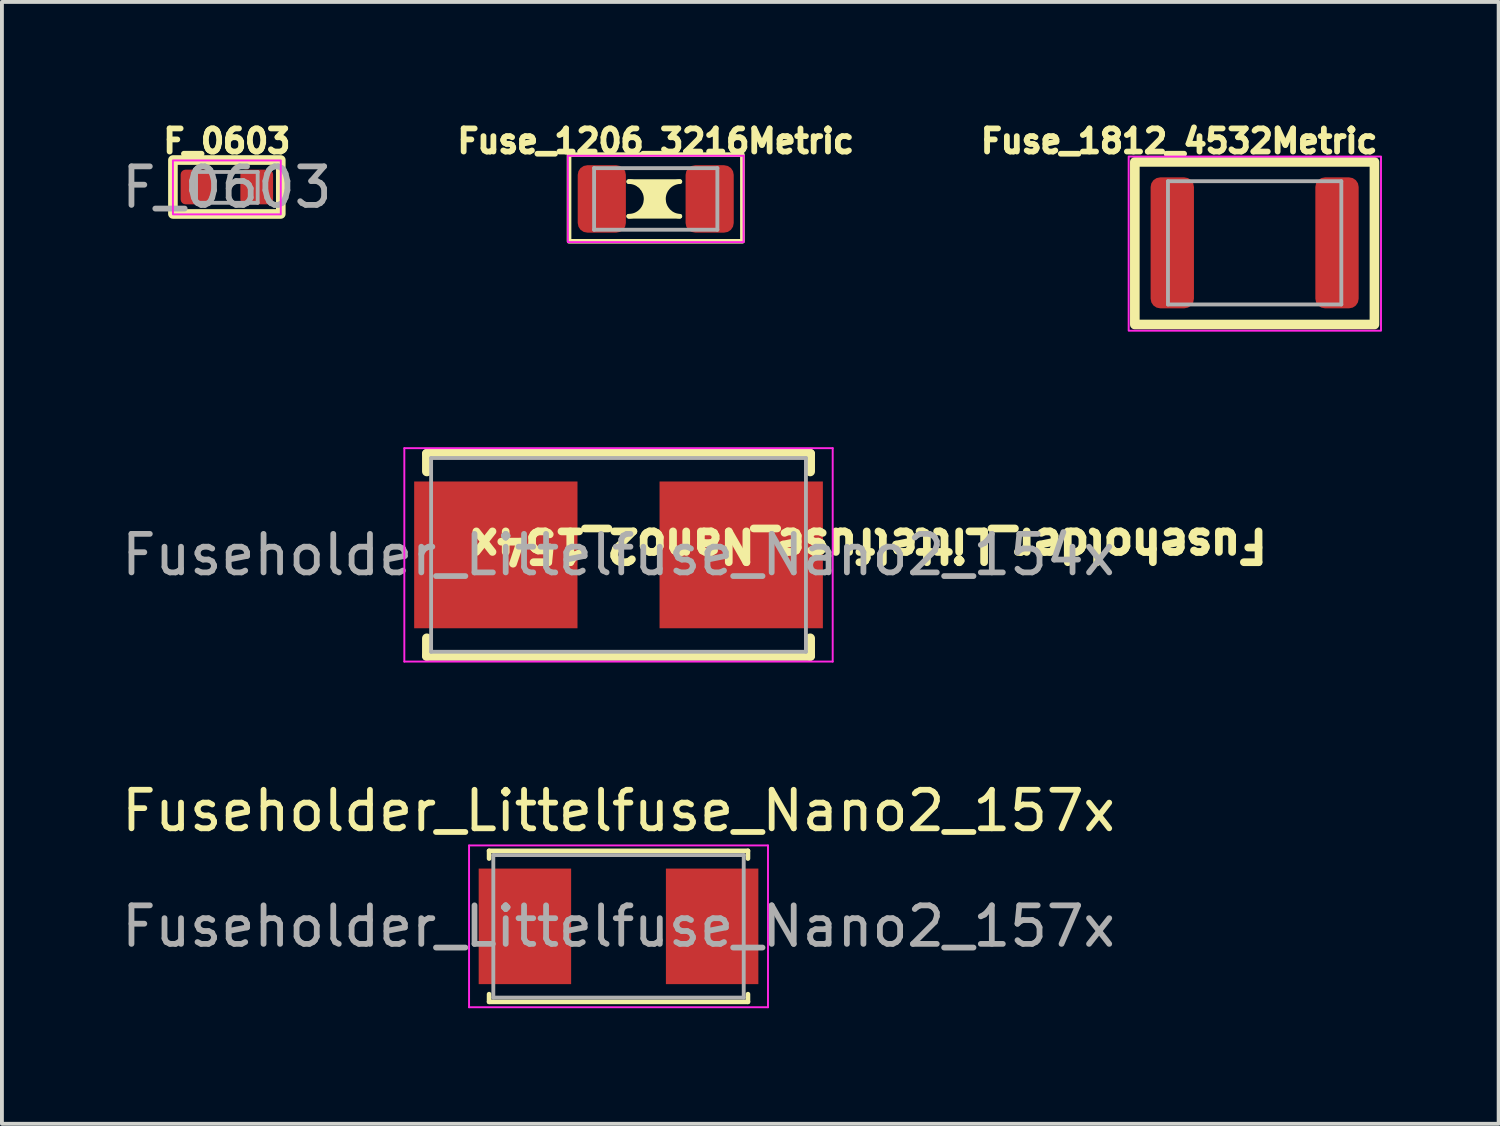
<source format=kicad_pcb>
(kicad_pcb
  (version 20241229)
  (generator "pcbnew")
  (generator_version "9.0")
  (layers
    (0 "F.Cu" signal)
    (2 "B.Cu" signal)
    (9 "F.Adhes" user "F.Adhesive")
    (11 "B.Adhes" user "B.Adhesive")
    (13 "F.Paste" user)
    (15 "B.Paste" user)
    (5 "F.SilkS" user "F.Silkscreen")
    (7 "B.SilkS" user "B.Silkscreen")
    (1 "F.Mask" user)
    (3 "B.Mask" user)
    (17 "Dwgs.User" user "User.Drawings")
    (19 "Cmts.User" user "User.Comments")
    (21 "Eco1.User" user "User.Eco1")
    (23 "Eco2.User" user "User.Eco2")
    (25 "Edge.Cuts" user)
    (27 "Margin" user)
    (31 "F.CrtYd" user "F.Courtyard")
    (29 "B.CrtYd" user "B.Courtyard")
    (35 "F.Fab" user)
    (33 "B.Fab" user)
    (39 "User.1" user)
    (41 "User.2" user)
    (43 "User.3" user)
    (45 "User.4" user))
  (footprint "Fuseholder_Littelfuse_Nano2_154x"
    (layer "F.Cu")
    (at 13.006 11.354)
    (property "Reference" "Fuseholder_Littelfuse_Nano2_154x" (at 6.5 -0.25 180) (unlocked yes) (layer "F.SilkS") (effects (font (size 0.8 0.8) (thickness 0.3))))
    (attr smd)
    (fp_line (start -4.975 -2.625) (end -4.975 -2.165) (stroke (width 0.25) (type solid)) (layer "F.SilkS"))
    (fp_line (start -4.975 -2.625) (end 4.975 -2.625) (stroke (width 0.25) (type solid)) (layer "F.SilkS"))
    (fp_line (start -4.975 2.165) (end -4.975 2.625) (stroke (width 0.25) (type solid)) (layer "F.SilkS"))
    (fp_line (start -4.975 2.625) (end 4.975 2.625) (stroke (width 0.25) (type solid)) (layer "F.SilkS"))
    (fp_line (start 4.975 -2.625) (end 4.975 -2.165) (stroke (width 0.25) (type solid)) (layer "F.SilkS"))
    (fp_line (start 4.975 2.625) (end 4.975 2.165) (stroke (width 0.25) (type solid)) (layer "F.SilkS"))
    (fp_line (start -5.56 -2.77) (end -5.56 2.77) (stroke (width 0.05) (type solid)) (layer "F.CrtYd"))
    (fp_line (start -5.56 -2.77) (end 5.56 -2.77) (stroke (width 0.05) (type solid)) (layer "F.CrtYd"))
    (fp_line (start -5.56 2.77) (end 5.56 2.77) (stroke (width 0.05) (type solid)) (layer "F.CrtYd"))
    (fp_line (start 5.56 -2.77) (end 5.56 2.77) (stroke (width 0.05) (type solid)) (layer "F.CrtYd"))
    (fp_line (start -4.865 -2.515) (end -4.865 2.515) (stroke (width 0.1) (type solid)) (layer "F.Fab"))
    (fp_line (start -4.865 -2.515) (end 4.865 -2.515) (stroke (width 0.1) (type solid)) (layer "F.Fab"))
    (fp_line (start -4.865 2.515) (end 4.865 2.515) (stroke (width 0.1) (type solid)) (layer "F.Fab"))
    (fp_line (start 4.865 2.515) (end 4.865 -2.515) (stroke (width 0.1) (type solid)) (layer "F.Fab"))
    (fp_text user "${REFERENCE}" (at 0 0 180) (layer "F.Fab") (effects (font (size 1 1) (thickness 0.15))))
    (pad "1" smd rect (at -3.185 0) (size 4.24 3.81) (layers "F.Cu" "F.Mask" "F.Paste"))
    (pad "2" smd rect (at 3.185 0) (size 4.24 3.81) (layers "F.Cu" "F.Mask" "F.Paste")))
  (footprint "Fuse_1812_4532Metric"
    (layer "F.Cu")
    (at 29.519 3.254)
    (property "Reference" "Fuse_1812_4532Metric" (at -1.96 -2.64 0) (layer "F.SilkS") (effects (font (size 0.6 0.6) (thickness 0.15))))
    (attr smd)
    (fp_rect (start -3.11 -2.1) (end 3.11 2.12) (stroke (width 0.25) (type solid)) (fill no) (layer "F.SilkS"))
    (fp_rect (start -3.27 -2.24) (end 3.28 2.28) (stroke (width 0.05) (type solid)) (fill no) (layer "F.CrtYd"))
    (fp_line (start -2.25 -1.6) (end 2.25 -1.6) (stroke (width 0.1) (type solid)) (layer "F.Fab"))
    (fp_line (start -2.25 1.6) (end -2.25 -1.6) (stroke (width 0.1) (type solid)) (layer "F.Fab"))
    (fp_line (start 2.25 -1.6) (end 2.25 1.6) (stroke (width 0.1) (type solid)) (layer "F.Fab"))
    (fp_line (start 2.25 1.6) (end -2.25 1.6) (stroke (width 0.1) (type solid)) (layer "F.Fab"))
    (pad "1" smd roundrect (at -2.138 0) (size 1.125 3.4) (layers "F.Cu" "F.Mask" "F.Paste") (roundrect_rratio 0.222))
    (pad "2" smd roundrect (at 2.138 0) (size 1.125 3.4) (layers "F.Cu" "F.Mask" "F.Paste") (roundrect_rratio 0.222)))
  (footprint "Fuseholder_Littelfuse_Nano2_157x"
    (layer "F.Cu")
    (at 13.006 20.997)
    (property "Reference" "Fuseholder_Littelfuse_Nano2_157x" (at 0 -3 0) (layer "F.SilkS") (effects (font (size 1 1) (thickness 0.15))))
    (attr smd)
    (fp_line (start -3.36 -1.96) (end -3.36 -1.76) (stroke (width 0.12) (type solid)) (layer "F.SilkS"))
    (fp_line (start -3.36 -1.96) (end 3.36 -1.96) (stroke (width 0.12) (type solid)) (layer "F.SilkS"))
    (fp_line (start -3.36 1.76) (end -3.36 1.96) (stroke (width 0.12) (type solid)) (layer "F.SilkS"))
    (fp_line (start -3.36 1.96) (end 3.36 1.96) (stroke (width 0.12) (type solid)) (layer "F.SilkS"))
    (fp_line (start 3.36 -1.96) (end 3.36 -1.76) (stroke (width 0.12) (type solid)) (layer "F.SilkS"))
    (fp_line (start 3.36 1.76) (end 3.36 1.96) (stroke (width 0.12) (type solid)) (layer "F.SilkS"))
    (fp_line (start -3.88 -2.1) (end -3.88 2.1) (stroke (width 0.05) (type solid)) (layer "F.CrtYd"))
    (fp_line (start -3.88 -2.1) (end 3.88 -2.1) (stroke (width 0.05) (type solid)) (layer "F.CrtYd"))
    (fp_line (start -3.88 2.1) (end 3.88 2.1) (stroke (width 0.05) (type solid)) (layer "F.CrtYd"))
    (fp_line (start 3.88 -2.1) (end 3.88 2.1) (stroke (width 0.05) (type solid)) (layer "F.CrtYd"))
    (fp_line (start -3.25 -1.85) (end -3.25 1.85) (stroke (width 0.1) (type solid)) (layer "F.Fab"))
    (fp_line (start -3.25 -1.85) (end 3.25 -1.85) (stroke (width 0.1) (type solid)) (layer "F.Fab"))
    (fp_line (start -3.25 1.85) (end 3.25 1.85) (stroke (width 0.1) (type solid)) (layer "F.Fab"))
    (fp_line (start 3.25 -1.85) (end 3.25 1.85) (stroke (width 0.1) (type solid)) (layer "F.Fab"))
    (fp_text user "${REFERENCE}" (at 0 0 0) (layer "F.Fab") (effects (font (size 1 1) (thickness 0.15))))
    (pad "1" smd rect (at -2.43 0) (size 2.4 3) (layers "F.Cu" "F.Mask" "F.Paste"))
    (pad "2" smd rect (at 2.43 0) (size 2.4 3) (layers "F.Cu" "F.Mask" "F.Paste")))
  (footprint "Fuse_1206_3216Metric"
    (layer "F.Cu")
    (at 13.972 2.114)
    (property "Reference" "Fuse_1206_3216Metric" (at 0 -1.5 180) (layer "F.SilkS") (effects (font (size 0.6 0.6) (thickness 0.15))))
    (attr smd)
    (fp_line (start -0.7 -0.45) (end 0.626 -0.45) (stroke (width 0.12) (type solid)) (layer "F.SilkS"))
    (fp_line (start 0.626 0.45) (end -0.7 0.45) (stroke (width 0.12) (type solid)) (layer "F.SilkS"))
    (fp_rect (start -2.25 -1.15) (end 2.25 1.1) (stroke (width 0.12) (type solid)) (fill no) (layer "F.SilkS"))
    (fp_arc (start -0.7 -0.45) (mid -0.25 0) (end -0.7 0.45) (stroke (width 0.12) (type solid)) (layer "F.SilkS"))
    (fp_arc (start 0.625694 0.45) (mid 0.2 0) (end 0.625694 -0.45) (stroke (width 0.12) (type solid)) (layer "F.SilkS"))
    (fp_poly (pts (xy 0.4 -0.375) (xy 0.35 -0.35) (xy 0.275 -0.275) (xy 0.225 -0.15) (xy 0.2 -0.1) (xy 0.175 -0.075) (xy 0.225 0.075) (xy 0.175 0.075) (xy 0.2 0.1) (xy 0.2 0.175) (xy 0.25 0.175) (xy 0.3 0.325) (xy 0.35 0.35) (xy 0.375 0.4) (xy 0.425 0.45) (xy -0.525 0.45) (xy -0.475 0.425) (xy -0.475 0.375) (xy -0.4 0.4) (xy -0.425 0.35) (xy -0.375 0.325) (xy -0.375 0.3) (xy -0.3 0.275) (xy -0.325 0.225) (xy -0.275 0.2) (xy -0.3 0.175) (xy -0.25 0.15) (xy -0.275 0.05) (xy -0.25 0) (xy -0.25 0.1) (xy -0.225 0) (xy -0.25 -0.05) (xy -0.275 -0.125) (xy -0.275 -0.175) (xy -0.325 -0.2) (xy -0.3 -0.225) (xy -0.375 -0.275) (xy -0.375 -0.3) (xy -0.4 -0.325) (xy -0.45 -0.35) (xy -0.5 -0.4) (xy -0.5 -0.45) (xy 0.45 -0.45)) (stroke (width 0.07) (type solid)) (fill yes) (layer "F.SilkS"))
    (fp_line (start -2.28 -1.12) (end 2.28 -1.12) (stroke (width 0.05) (type solid)) (layer "F.CrtYd"))
    (fp_line (start -2.28 1.12) (end -2.28 -1.12) (stroke (width 0.05) (type solid)) (layer "F.CrtYd"))
    (fp_line (start 2.28 -1.12) (end 2.28 1.12) (stroke (width 0.05) (type solid)) (layer "F.CrtYd"))
    (fp_line (start 2.28 1.12) (end -2.28 1.12) (stroke (width 0.05) (type solid)) (layer "F.CrtYd"))
    (fp_line (start -1.6 -0.8) (end 1.6 -0.8) (stroke (width 0.1) (type solid)) (layer "F.Fab"))
    (fp_line (start -1.6 0.8) (end -1.6 -0.8) (stroke (width 0.1) (type solid)) (layer "F.Fab"))
    (fp_line (start 1.6 -0.8) (end 1.6 0.8) (stroke (width 0.1) (type solid)) (layer "F.Fab"))
    (fp_line (start 1.6 0.8) (end -1.6 0.8) (stroke (width 0.1) (type solid)) (layer "F.Fab"))
    (pad "1" smd roundrect (at -1.4 0) (size 1.25 1.75) (layers "F.Cu" "F.Mask" "F.Paste") (roundrect_rratio 0.2))
    (pad "2" smd roundrect (at 1.4 0) (size 1.25 1.75) (layers "F.Cu" "F.Mask" "F.Paste") (roundrect_rratio 0.2)))
  (footprint "F_0603"
    (layer "F.Cu")
    (at 2.839 1.814)
    (property "Reference" "F_0603" (at 0 -1.2 0) (unlocked yes) (layer "F.SilkS") (effects (font (size 0.6 0.6) (thickness 0.15) (bold yes))))
    (attr smd)
    (fp_rect (start -1.4 -0.71) (end 1.4 0.69) (stroke (width 0.25) (type default)) (fill no) (layer "F.SilkS"))
    (fp_rect (start -1.4 -0.7) (end 1.4 0.7) (stroke (width 0.05) (type default)) (fill no) (layer "F.CrtYd"))
    (fp_line (start -0.8 -0.4) (end 0.8 -0.4) (stroke (width 0.1) (type solid)) (layer "F.Fab"))
    (fp_line (start -0.8 0.4) (end -0.8 -0.4) (stroke (width 0.1) (type solid)) (layer "F.Fab"))
    (fp_line (start 0.8 -0.4) (end 0.8 0.4) (stroke (width 0.1) (type solid)) (layer "F.Fab"))
    (fp_line (start 0.8 0.4) (end -0.8 0.4) (stroke (width 0.1) (type solid)) (layer "F.Fab"))
    (fp_text user "${REFERENCE}" (at 0 0 0) (unlocked yes) (layer "F.Fab") (effects (font (size 1 1) (thickness 0.15))))
    (pad "1" smd roundrect (at -0.775 -0.01) (size 0.85 0.9) (layers "F.Cu" "F.Mask" "F.Paste") (roundrect_rratio 0.15))
    (pad "2" smd roundrect (at 0.775 -0.01) (size 0.85 0.9) (layers "F.Cu" "F.Mask" "F.Paste") (roundrect_rratio 0.15)))
  (gr_rect
    (start -3 -3)
    (end 35.853 26.122)
    (stroke (width 0.1) (type default))
    (fill no)
    (layer "Edge.Cuts")))
</source>
